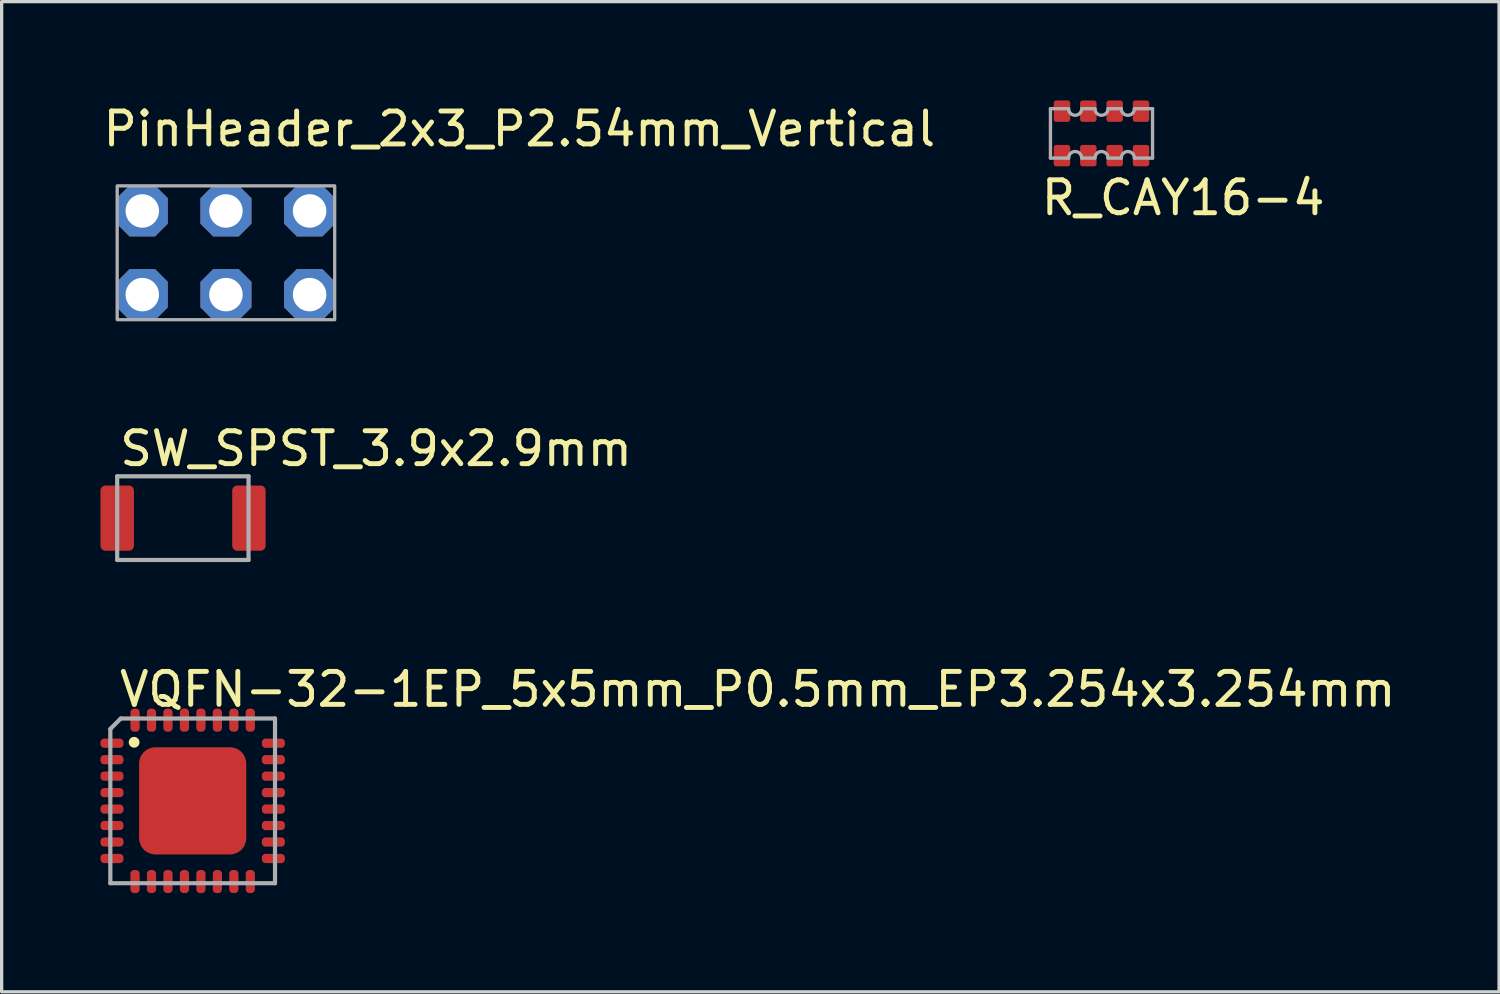
<source format=kicad_pcb>
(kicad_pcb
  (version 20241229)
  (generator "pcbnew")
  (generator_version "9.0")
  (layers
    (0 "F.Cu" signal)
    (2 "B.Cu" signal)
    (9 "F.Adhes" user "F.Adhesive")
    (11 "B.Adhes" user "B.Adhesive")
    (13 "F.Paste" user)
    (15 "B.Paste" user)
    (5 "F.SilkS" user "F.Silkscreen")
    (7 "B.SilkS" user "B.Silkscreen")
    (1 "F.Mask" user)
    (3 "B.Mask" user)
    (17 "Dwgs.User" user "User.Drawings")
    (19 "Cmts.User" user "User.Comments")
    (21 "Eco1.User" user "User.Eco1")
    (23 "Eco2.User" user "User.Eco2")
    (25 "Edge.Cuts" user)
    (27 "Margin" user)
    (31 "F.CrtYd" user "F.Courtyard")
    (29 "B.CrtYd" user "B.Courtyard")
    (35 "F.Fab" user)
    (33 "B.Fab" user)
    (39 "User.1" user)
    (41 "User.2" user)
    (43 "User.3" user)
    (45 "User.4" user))
  (footprint "VQFN-32-1EP_5x5mm_P0.5mm_EP3.254x3.254mm"
    (layer "F.Cu")
    (at 2.8 21.265)
    (property "Reference" "VQFN-32-1EP_5x5mm_P0.5mm_EP3.254x3.254mm" (at -2.3 -2.8 0) (layer "F.SilkS") (effects (font (size 1 1) (thickness 0.15)) (justify left bottom)))
    (attr smd)
    (fp_poly (pts (xy 0.232 -1.313) (xy 0.456 -1.253) (xy 0.667 -1.155) (xy 0.857 -1.022) (xy 1.022 -0.857) (xy 1.155 -0.667) (xy 1.254 -0.454) (xy 1.334 -0.003) (xy 1.313 0.232) (xy 1.253 0.456) (xy 1.155 0.667) (xy 1.022 0.857) (xy 0.857 1.022) (xy 0.667 1.155) (xy 0.456 1.253) (xy 0.232 1.313) (xy 0 1.334) (xy -0.232 1.313) (xy -0.456 1.253) (xy -0.667 1.155) (xy -0.857 1.022) (xy -1.022 0.857) (xy -1.155 0.667) (xy -1.253 0.456) (xy -1.313 0.232) (xy -1.334 0) (xy -1.313 -0.232) (xy -1.253 -0.456) (xy -1.155 -0.667) (xy -1.022 -0.857) (xy -0.857 -1.022) (xy -0.667 -1.155) (xy -0.456 -1.253) (xy -0.232 -1.313) (xy 0 -1.334)) (stroke (width 0) (type solid)) (fill yes) (layer "F.Mask"))
    (fp_circle (center -1.778 -1.778) (end -1.678 -1.778) (stroke (width 0.127) (type solid)) (fill yes) (layer "F.SilkS"))
    (fp_poly (pts (xy -0.635 0.635) (xy 0.635 0.635) (xy 0.635 -0.635) (xy -0.635 -0.635)) (stroke (width 0) (type solid)) (fill yes) (layer "F.Paste"))
    (fp_line (start -2.5 -2.183) (end -2.5 2.5) (stroke (width 0.127) (type solid)) (layer "F.Fab"))
    (fp_line (start -2.5 2.5) (end 2.5 2.5) (stroke (width 0.127) (type solid)) (layer "F.Fab"))
    (fp_line (start -2.183 -2.5) (end -2.5 -2.183) (stroke (width 0.127) (type solid)) (layer "F.Fab"))
    (fp_line (start 2.5 -2.5) (end -2.183 -2.5) (stroke (width 0.127) (type solid)) (layer "F.Fab"))
    (fp_line (start 2.5 2.5) (end 2.5 -2.5) (stroke (width 0.127) (type solid)) (layer "F.Fab"))
    (pad "1" smd roundrect (at -2.45 -1.75 90) (size 0.28 0.7) (layers "F.Cu" "F.Mask" "F.Paste") (roundrect_rratio 0.4))
    (pad "2" smd roundrect (at -2.45 -1.25 90) (size 0.28 0.7) (layers "F.Cu" "F.Mask" "F.Paste") (roundrect_rratio 0.4))
    (pad "3" smd roundrect (at -2.45 -0.75 90) (size 0.28 0.7) (layers "F.Cu" "F.Mask" "F.Paste") (roundrect_rratio 0.4))
    (pad "4" smd roundrect (at -2.45 -0.25 90) (size 0.28 0.7) (layers "F.Cu" "F.Mask" "F.Paste") (roundrect_rratio 0.4))
    (pad "5" smd roundrect (at -2.45 0.25 90) (size 0.28 0.7) (layers "F.Cu" "F.Mask" "F.Paste") (roundrect_rratio 0.4))
    (pad "6" smd roundrect (at -2.45 0.75 90) (size 0.28 0.7) (layers "F.Cu" "F.Mask" "F.Paste") (roundrect_rratio 0.4))
    (pad "7" smd roundrect (at -2.45 1.25 90) (size 0.28 0.7) (layers "F.Cu" "F.Mask" "F.Paste") (roundrect_rratio 0.4))
    (pad "8" smd roundrect (at -2.45 1.75 90) (size 0.28 0.7) (layers "F.Cu" "F.Mask" "F.Paste") (roundrect_rratio 0.4))
    (pad "9" smd roundrect (at -1.75 2.45 180) (size 0.28 0.7) (layers "F.Cu" "F.Mask" "F.Paste") (roundrect_rratio 0.4))
    (pad "10" smd roundrect (at -1.25 2.45 180) (size 0.28 0.7) (layers "F.Cu" "F.Mask" "F.Paste") (roundrect_rratio 0.4))
    (pad "11" smd roundrect (at -0.75 2.45 180) (size 0.28 0.7) (layers "F.Cu" "F.Mask" "F.Paste") (roundrect_rratio 0.4))
    (pad "12" smd roundrect (at -0.25 2.45 180) (size 0.28 0.7) (layers "F.Cu" "F.Mask" "F.Paste") (roundrect_rratio 0.4))
    (pad "13" smd roundrect (at 0.25 2.45 180) (size 0.28 0.7) (layers "F.Cu" "F.Mask" "F.Paste") (roundrect_rratio 0.4))
    (pad "14" smd roundrect (at 0.75 2.45 180) (size 0.28 0.7) (layers "F.Cu" "F.Mask" "F.Paste") (roundrect_rratio 0.4))
    (pad "15" smd roundrect (at 1.25 2.45 180) (size 0.28 0.7) (layers "F.Cu" "F.Mask" "F.Paste") (roundrect_rratio 0.4))
    (pad "16" smd roundrect (at 1.75 2.45 180) (size 0.28 0.7) (layers "F.Cu" "F.Mask" "F.Paste") (roundrect_rratio 0.4))
    (pad "17" smd roundrect (at 2.45 1.75 90) (size 0.28 0.7) (layers "F.Cu" "F.Mask" "F.Paste") (roundrect_rratio 0.4))
    (pad "18" smd roundrect (at 2.45 1.25 90) (size 0.28 0.7) (layers "F.Cu" "F.Mask" "F.Paste") (roundrect_rratio 0.4))
    (pad "19" smd roundrect (at 2.45 0.75 90) (size 0.28 0.7) (layers "F.Cu" "F.Mask" "F.Paste") (roundrect_rratio 0.4))
    (pad "20" smd roundrect (at 2.45 0.25 90) (size 0.28 0.7) (layers "F.Cu" "F.Mask" "F.Paste") (roundrect_rratio 0.4))
    (pad "21" smd roundrect (at 2.45 -0.25 90) (size 0.28 0.7) (layers "F.Cu" "F.Mask" "F.Paste") (roundrect_rratio 0.4))
    (pad "22" smd roundrect (at 2.45 -0.75 90) (size 0.28 0.7) (layers "F.Cu" "F.Mask" "F.Paste") (roundrect_rratio 0.4))
    (pad "23" smd roundrect (at 2.45 -1.25 90) (size 0.28 0.7) (layers "F.Cu" "F.Mask" "F.Paste") (roundrect_rratio 0.4))
    (pad "24" smd roundrect (at 2.45 -1.75 90) (size 0.28 0.7) (layers "F.Cu" "F.Mask" "F.Paste") (roundrect_rratio 0.4))
    (pad "25" smd roundrect (at 1.75 -2.45 180) (size 0.28 0.7) (layers "F.Cu" "F.Mask" "F.Paste") (roundrect_rratio 0.4))
    (pad "26" smd roundrect (at 1.25 -2.45 180) (size 0.28 0.7) (layers "F.Cu" "F.Mask" "F.Paste") (roundrect_rratio 0.4))
    (pad "27" smd roundrect (at 0.75 -2.45 180) (size 0.28 0.7) (layers "F.Cu" "F.Mask" "F.Paste") (roundrect_rratio 0.4))
    (pad "28" smd roundrect (at 0.25 -2.45 180) (size 0.28 0.7) (layers "F.Cu" "F.Mask" "F.Paste") (roundrect_rratio 0.4))
    (pad "29" smd roundrect (at -0.25 -2.45 180) (size 0.28 0.7) (layers "F.Cu" "F.Mask" "F.Paste") (roundrect_rratio 0.4))
    (pad "30" smd roundrect (at -0.75 -2.45 180) (size 0.28 0.7) (layers "F.Cu" "F.Mask" "F.Paste") (roundrect_rratio 0.4))
    (pad "31" smd roundrect (at -1.25 -2.45 180) (size 0.28 0.7) (layers "F.Cu" "F.Mask" "F.Paste") (roundrect_rratio 0.4))
    (pad "32" smd roundrect (at -1.75 -2.45 180) (size 0.28 0.7) (layers "F.Cu" "F.Mask" "F.Paste") (roundrect_rratio 0.4))
    (pad "33" smd roundrect (at 0 0 180) (size 3.254 3.254) (layers "F.Cu") (roundrect_rratio 0.15)))
  (footprint "SW_SPST_3.9x2.9mm"
    (layer "F.Cu")
    (at 0.508 12.681)
    (property "Reference" "SW_SPST_3.9x2.9mm" (at 0 -1.524 0) (layer "F.SilkS") (effects (font (size 1 1) (thickness 0.15)) (justify left bottom)))
    (attr smd)
    (fp_line (start 0 -1.27) (end 3.988 -1.27) (stroke (width 0.127) (type solid)) (layer "F.Fab"))
    (fp_line (start 0 1.27) (end 0 -1.27) (stroke (width 0.127) (type solid)) (layer "F.Fab"))
    (fp_line (start 3.988 -1.27) (end 3.988 1.27) (stroke (width 0.127) (type solid)) (layer "F.Fab"))
    (fp_line (start 3.988 1.27) (end 0 1.27) (stroke (width 0.127) (type solid)) (layer "F.Fab"))
    (pad "1" smd roundrect (at 0 0) (size 1.016 1.981) (layers "F.Cu" "F.Mask" "F.Paste") (roundrect_rratio 0.15))
    (pad "2" smd roundrect (at 4 0) (size 1.016 1.981) (layers "F.Cu" "F.Mask" "F.Paste") (roundrect_rratio 0.15)))
  (footprint "R_CAY16-4"
    (layer "F.Cu")
    (at 30.393 1)
    (property "Reference" "R_CAY16-4" (at -1.905 2.54 0) (layer "F.SilkS") (effects (font (size 1 1) (thickness 0.15)) (justify left bottom)))
    (attr smd)
    (fp_line (start -1.55 -0.75) (end -1 -0.75) (stroke (width 0.102) (type solid)) (layer "F.Fab"))
    (fp_line (start -1.55 0.75) (end -1.55 -0.75) (stroke (width 0.102) (type solid)) (layer "F.Fab"))
    (fp_line (start -1 0.75) (end -1.55 0.75) (stroke (width 0.102) (type solid)) (layer "F.Fab"))
    (fp_line (start -0.6 -0.75) (end -0.2 -0.75) (stroke (width 0.102) (type solid)) (layer "F.Fab"))
    (fp_line (start -0.2 0.75) (end -0.6 0.75) (stroke (width 0.102) (type solid)) (layer "F.Fab"))
    (fp_line (start 0.2 -0.75) (end 0.6 -0.75) (stroke (width 0.102) (type solid)) (layer "F.Fab"))
    (fp_line (start 0.6 0.75) (end 0.2 0.75) (stroke (width 0.102) (type solid)) (layer "F.Fab"))
    (fp_line (start 1 -0.75) (end 1.55 -0.75) (stroke (width 0.102) (type solid)) (layer "F.Fab"))
    (fp_line (start 1.55 -0.75) (end 1.55 0.75) (stroke (width 0.102) (type solid)) (layer "F.Fab"))
    (fp_line (start 1.55 0.75) (end 1 0.75) (stroke (width 0.102) (type solid)) (layer "F.Fab"))
    (fp_arc (start -1 0.75) (mid -0.8 0.55) (end -0.6 0.75) (stroke (width 0.1016) (type solid)) (layer "F.Fab"))
    (fp_arc (start -0.6 -0.75) (mid -0.8 -0.55) (end -1 -0.75) (stroke (width 0.1016) (type solid)) (layer "F.Fab"))
    (fp_arc (start -0.2 0.75) (mid 0 0.55) (end 0.2 0.75) (stroke (width 0.1016) (type solid)) (layer "F.Fab"))
    (fp_arc (start 0.2 -0.75) (mid 0 -0.55) (end -0.2 -0.75) (stroke (width 0.1016) (type solid)) (layer "F.Fab"))
    (fp_arc (start 0.6 0.75) (mid 0.8 0.55) (end 1 0.75) (stroke (width 0.1016) (type solid)) (layer "F.Fab"))
    (fp_arc (start 1 -0.75) (mid 0.8 -0.55) (end 0.6 -0.75) (stroke (width 0.1016) (type solid)) (layer "F.Fab"))
    (pad "1" smd roundrect (at -1.2 0.675) (size 0.5 0.65) (layers "F.Cu" "F.Mask" "F.Paste") (roundrect_rratio 0.152))
    (pad "2" smd roundrect (at -0.4 0.675) (size 0.5 0.65) (layers "F.Cu" "F.Mask" "F.Paste") (roundrect_rratio 0.152))
    (pad "3" smd roundrect (at 0.4 0.675) (size 0.5 0.65) (layers "F.Cu" "F.Mask" "F.Paste") (roundrect_rratio 0.152))
    (pad "4" smd roundrect (at 1.2 0.675) (size 0.5 0.65) (layers "F.Cu" "F.Mask" "F.Paste") (roundrect_rratio 0.152))
    (pad "5" smd roundrect (at 1.2 -0.675) (size 0.5 0.65) (layers "F.Cu" "F.Mask" "F.Paste") (roundrect_rratio 0.152))
    (pad "6" smd roundrect (at 0.4 -0.675) (size 0.5 0.65) (layers "F.Cu" "F.Mask" "F.Paste") (roundrect_rratio 0.152))
    (pad "7" smd roundrect (at -0.4 -0.675) (size 0.5 0.65) (layers "F.Cu" "F.Mask" "F.Paste") (roundrect_rratio 0.152))
    (pad "8" smd roundrect (at -1.2 -0.675) (size 0.5 0.65) (layers "F.Cu" "F.Mask" "F.Paste") (roundrect_rratio 0.152)))
  (footprint "PinHeader_2x3_P2.54mm_Vertical"
    (layer "F.Cu")
    (at 3.81 4.625)
    (property "Reference" "PinHeader_2x3_P2.54mm_Vertical" (at -3.81 -3.175 0) (layer "F.SilkS") (effects (font (size 1 1) (thickness 0.15)) (justify left bottom)))
    (attr through_hole)
    (fp_rect (start -3.302 -2.032) (end 3.302 2.032) (stroke (width 0.1) (type solid)) (fill no) (layer "F.Fab"))
    (pad "1" thru_hole roundrect (at -2.54 1.27) (size 1.55 1.55) (drill 1.016) (layers "*.Cu" "*.Mask") (roundrect_rratio 0.25) (chamfer_ratio 0.25) (chamfer top_left top_right bottom_left bottom_right))
    (pad "2" thru_hole roundrect (at -2.54 -1.27) (size 1.55 1.55) (drill 1.016) (layers "*.Cu" "*.Mask") (roundrect_rratio 0.25) (chamfer_ratio 0.25) (chamfer top_left top_right bottom_left bottom_right))
    (pad "3" thru_hole roundrect (at 0 1.27) (size 1.55 1.55) (drill 1.016) (layers "*.Cu" "*.Mask") (roundrect_rratio 0.25) (chamfer_ratio 0.25) (chamfer top_left top_right bottom_left bottom_right))
    (pad "4" thru_hole roundrect (at 0 -1.27) (size 1.55 1.55) (drill 1.016) (layers "*.Cu" "*.Mask") (roundrect_rratio 0.25) (chamfer_ratio 0.25) (chamfer top_left top_right bottom_left bottom_right))
    (pad "5" thru_hole roundrect (at 2.54 1.27) (size 1.55 1.55) (drill 1.016) (layers "*.Cu" "*.Mask") (roundrect_rratio 0.25) (chamfer_ratio 0.25) (chamfer top_left top_right bottom_left bottom_right))
    (pad "6" thru_hole roundrect (at 2.54 -1.27) (size 1.55 1.55) (drill 1.016) (layers "*.Cu" "*.Mask") (roundrect_rratio 0.25) (chamfer_ratio 0.25) (chamfer top_left top_right bottom_left bottom_right)))
  (gr_rect
    (start -3 -3)
    (end 42.464 27.064)
    (stroke (width 0.1) (type default))
    (fill no)
    (layer "Edge.Cuts")))
</source>
